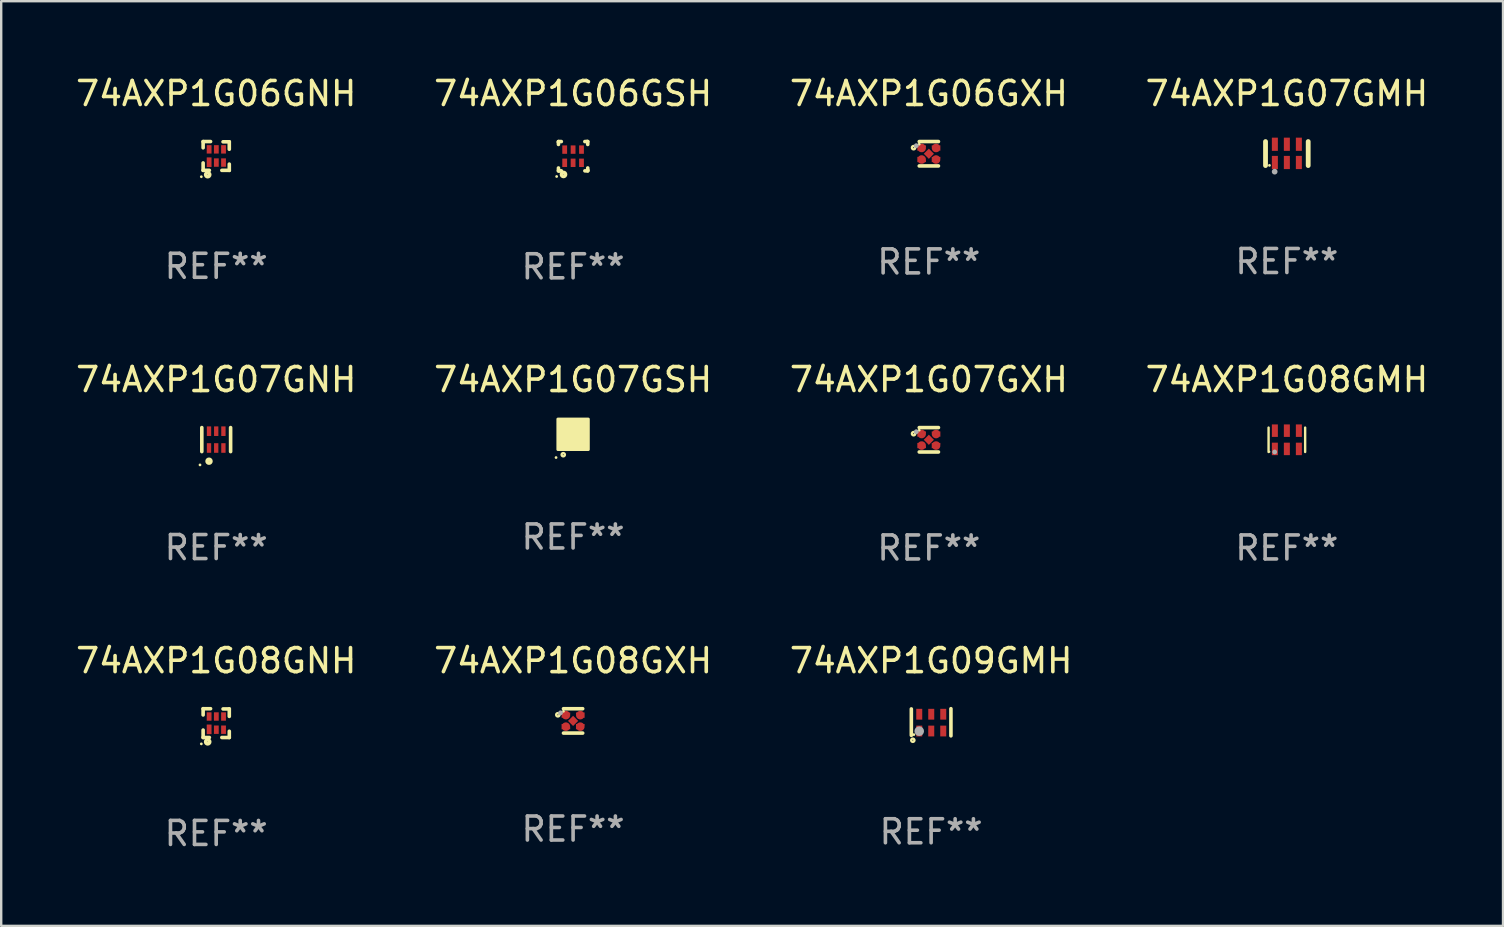
<source format=kicad_pcb>
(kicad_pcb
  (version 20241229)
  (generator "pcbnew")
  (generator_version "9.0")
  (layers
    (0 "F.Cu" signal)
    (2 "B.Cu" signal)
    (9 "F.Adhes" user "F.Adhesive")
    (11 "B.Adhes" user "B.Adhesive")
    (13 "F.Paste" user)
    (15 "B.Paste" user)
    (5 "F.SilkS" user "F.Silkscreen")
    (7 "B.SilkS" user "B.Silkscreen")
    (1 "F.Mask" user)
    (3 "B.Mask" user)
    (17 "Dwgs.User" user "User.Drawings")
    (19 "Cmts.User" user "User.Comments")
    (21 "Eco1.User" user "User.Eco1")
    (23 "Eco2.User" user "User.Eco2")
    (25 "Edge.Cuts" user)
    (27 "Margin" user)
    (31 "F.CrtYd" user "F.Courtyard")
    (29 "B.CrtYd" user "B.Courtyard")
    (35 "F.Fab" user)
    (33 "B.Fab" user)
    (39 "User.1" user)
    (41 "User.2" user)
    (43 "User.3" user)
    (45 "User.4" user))
  (footprint "74AXP1G06GNH"
    (layer "F.Cu")
    (at 5.958 3.448)
    (property "Reference" "74AXP1G06GNH" (at 0 -2.6 0) (layer "F.SilkS") (effects (font (size 1 1) (thickness 0.15))))
    (attr through_hole)
    (fp_line (start -0.545 -0.6) (end -0.235 -0.6) (stroke (width 0.15) (type solid)) (layer "F.SilkS"))
    (fp_line (start -0.545 -0.34) (end -0.545 -0.6) (stroke (width 0.15) (type solid)) (layer "F.SilkS"))
    (fp_line (start -0.545 0.6) (end -0.545 0.29) (stroke (width 0.15) (type solid)) (layer "F.SilkS"))
    (fp_line (start -0.285 0.6) (end -0.545 0.6) (stroke (width 0.15) (type solid)) (layer "F.SilkS"))
    (fp_line (start 0.285 -0.59) (end 0.545 -0.59) (stroke (width 0.15) (type solid)) (layer "F.SilkS"))
    (fp_line (start 0.545 -0.59) (end 0.545 -0.28) (stroke (width 0.15) (type solid)) (layer "F.SilkS"))
    (fp_line (start 0.545 0.34) (end 0.545 0.6) (stroke (width 0.15) (type solid)) (layer "F.SilkS"))
    (fp_line (start 0.545 0.6) (end 0.235 0.6) (stroke (width 0.15) (type solid)) (layer "F.SilkS"))
    (fp_circle (center -0.62 0.865) (end -0.59 0.865) (stroke (width 0.06) (type solid)) (fill no) (layer "F.SilkS"))
    (fp_circle (center -0.355 0.78) (end -0.345 0.78) (stroke (width 0.15) (type solid)) (fill no) (layer "F.SilkS"))
    (fp_text user "REF**" (at 0 4.6 0) (layer "F.Fab") (effects (font (size 1 1) (thickness 0.15))))
    (pad "1" smd rect (at -0.295 0.26) (size 0.2 0.4) (layers "F.Cu" "F.Mask" "F.Paste"))
    (pad "2" smd rect (at 0.005 0.275) (size 0.2 0.35) (layers "F.Cu" "F.Mask" "F.Paste"))
    (pad "3" smd rect (at 0.305 0.275) (size 0.2 0.35) (layers "F.Cu" "F.Mask" "F.Paste"))
    (pad "4" smd rect (at 0.305 -0.275) (size 0.2 0.35) (layers "F.Cu" "F.Mask" "F.Paste"))
    (pad "5" smd rect (at 0.005 -0.275) (size 0.2 0.35) (layers "F.Cu" "F.Mask" "F.Paste"))
    (pad "6" smd rect (at -0.295 -0.275) (size 0.2 0.35) (layers "F.Cu" "F.Mask" "F.Paste")))
  (footprint "74AXP1G07GMH"
    (layer "F.Cu")
    (at 50.565 3.348)
    (property "Reference" "74AXP1G07GMH" (at 0 -2.5 0) (layer "F.SilkS") (effects (font (size 1 1) (thickness 0.15))))
    (attr through_hole)
    (fp_line (start -0.889 0.5) (end -0.889 -0.5) (stroke (width 0.2) (type solid)) (layer "F.SilkS"))
    (fp_line (start 0.889 0.5) (end 0.889 -0.5) (stroke (width 0.2) (type solid)) (layer "F.SilkS"))
    (fp_circle (center -0.725 0.492) (end -0.695 0.492) (stroke (width 0.06) (type solid)) (fill no) (layer "F.SilkS"))
    (fp_circle (center -0.508 0.754) (end -0.448 0.754) (stroke (width 0.12) (type solid)) (fill no) (layer "F.Fab"))
    (fp_text user "REF**" (at 0 4.5 0) (layer "F.Fab") (effects (font (size 1 1) (thickness 0.15))))
    (pad "1" smd rect (at -0.5 0.372) (size 0.25 0.55) (layers "F.Cu" "F.Mask" "F.Paste"))
    (pad "2" smd rect (at -0.000127 0.372) (size 0.25 0.55) (layers "F.Cu" "F.Mask" "F.Paste"))
    (pad "3" smd rect (at 0.5 0.372) (size 0.25 0.55) (layers "F.Cu" "F.Mask" "F.Paste"))
    (pad "4" smd rect (at 0.5 -0.388 180) (size 0.25 0.55) (layers "F.Cu" "F.Mask" "F.Paste"))
    (pad "5" smd rect (at -0.000127 -0.388 180) (size 0.25 0.55) (layers "F.Cu" "F.Mask" "F.Paste"))
    (pad "6" smd rect (at -0.5 -0.388 180) (size 0.25 0.55) (layers "F.Cu" "F.Mask" "F.Paste")))
  (footprint "74AXP1G06GSH"
    (layer "F.Cu")
    (at 20.827 3.458)
    (property "Reference" "74AXP1G06GSH" (at 0 -2.61 0) (layer "F.SilkS") (effects (font (size 1 1) (thickness 0.15))))
    (attr through_hole)
    (fp_line (start -0.61 -0.61) (end -0.49 -0.61) (stroke (width 0.15) (type solid)) (layer "F.SilkS"))
    (fp_line (start -0.61 -0.58) (end -0.61 -0.61) (stroke (width 0.15) (type solid)) (layer "F.SilkS"))
    (fp_line (start -0.61 -0.49) (end -0.61 -0.58) (stroke (width 0.15) (type solid)) (layer "F.SilkS"))
    (fp_line (start -0.61 0.61) (end -0.61 0.491) (stroke (width 0.15) (type solid)) (layer "F.SilkS"))
    (fp_line (start -0.58 0.61) (end -0.61 0.61) (stroke (width 0.15) (type solid)) (layer "F.SilkS"))
    (fp_line (start -0.49 0.61) (end -0.58 0.61) (stroke (width 0.15) (type solid)) (layer "F.SilkS"))
    (fp_line (start 0.49 -0.61) (end 0.58 -0.61) (stroke (width 0.15) (type solid)) (layer "F.SilkS"))
    (fp_line (start 0.58 -0.61) (end 0.61 -0.61) (stroke (width 0.15) (type solid)) (layer "F.SilkS"))
    (fp_line (start 0.61 -0.61) (end 0.61 -0.49) (stroke (width 0.15) (type solid)) (layer "F.SilkS"))
    (fp_line (start 0.61 0.49) (end 0.61 0.58) (stroke (width 0.15) (type solid)) (layer "F.SilkS"))
    (fp_line (start 0.61 0.58) (end 0.61 0.61) (stroke (width 0.15) (type solid)) (layer "F.SilkS"))
    (fp_line (start 0.61 0.61) (end 0.491 0.61) (stroke (width 0.15) (type solid)) (layer "F.SilkS"))
    (fp_circle (center -0.685 0.845) (end -0.655 0.845) (stroke (width 0.06) (type solid)) (fill no) (layer "F.SilkS"))
    (fp_circle (center -0.4 0.76) (end -0.39 0.76) (stroke (width 0.15) (type solid)) (fill no) (layer "F.SilkS"))
    (fp_text user "REF**" (at 0 4.61 0) (layer "F.Fab") (effects (font (size 1 1) (thickness 0.15))))
    (pad "1" smd rect (at -0.35 0.275) (size 0.2 0.35) (layers "F.Cu" "F.Mask" "F.Paste"))
    (pad "2" smd rect (at -0.000038 0.275) (size 0.2 0.35) (layers "F.Cu" "F.Mask" "F.Paste"))
    (pad "3" smd rect (at 0.35 0.275) (size 0.2 0.35) (layers "F.Cu" "F.Mask" "F.Paste"))
    (pad "4" smd rect (at 0.35 -0.275) (size 0.2 0.35) (layers "F.Cu" "F.Mask" "F.Paste"))
    (pad "5" smd rect (at -0.000038 -0.275) (size 0.2 0.35) (layers "F.Cu" "F.Mask" "F.Paste"))
    (pad "6" smd rect (at -0.35 -0.275) (size 0.2 0.35) (layers "F.Cu" "F.Mask" "F.Paste")))
  (footprint "74AXP1G09GMH"
    (layer "F.Cu")
    (at 35.744 27.042)
    (property "Reference" "74AXP1G09GMH" (at 0 -2.565 0) (layer "F.SilkS") (effects (font (size 1 1) (thickness 0.15))))
    (attr through_hole)
    (fp_line (start -0.825 -0.555) (end -0.825 0.545) (stroke (width 0.15) (type solid)) (layer "F.SilkS"))
    (fp_line (start 0.825 -0.565) (end 0.825 0.565) (stroke (width 0.15) (type solid)) (layer "F.SilkS"))
    (fp_circle (center -0.763 0.749) (end -0.695 0.749) (stroke (width 0.1) (type solid)) (fill no) (layer "F.SilkS"))
    (fp_circle (center -0.72 0.515) (end -0.69 0.515) (stroke (width 0.06) (type solid)) (fill no) (layer "F.SilkS"))
    (fp_circle (center -0.496 0.371) (end -0.396 0.371) (stroke (width 0.2) (type solid)) (fill no) (layer "F.Fab"))
    (fp_text user "REF**" (at 0 4.565 0) (layer "F.Fab") (effects (font (size 1 1) (thickness 0.15))))
    (pad "1" smd rect (at -0.495 0.365) (size 0.25 0.45) (layers "F.Cu" "F.Mask" "F.Paste"))
    (pad "2" smd rect (at 0.005 0.365) (size 0.25 0.45) (layers "F.Cu" "F.Mask" "F.Paste"))
    (pad "3" smd rect (at 0.505 0.365) (size 0.25 0.45) (layers "F.Cu" "F.Mask" "F.Paste"))
    (pad "4" smd rect (at 0.505 -0.335) (size 0.25 0.45) (layers "F.Cu" "F.Mask" "F.Paste"))
    (pad "5" smd rect (at 0.005 -0.335) (size 0.25 0.45) (layers "F.Cu" "F.Mask" "F.Paste"))
    (pad "6" smd rect (at -0.495 -0.335) (size 0.25 0.45) (layers "F.Cu" "F.Mask" "F.Paste")))
  (footprint "74AXP1G07GSH"
    (layer "F.Cu")
    (at 20.827 15.045)
    (property "Reference" "74AXP1G07GSH" (at 0 -2.28 0) (layer "F.SilkS") (effects (font (size 1 1) (thickness 0.15))))
    (attr through_hole)
    (fp_circle (center -0.71 0.968) (end -0.68 0.968) (stroke (width 0.06) (type solid)) (fill no) (layer "F.SilkS"))
    (fp_circle (center -0.41 0.85) (end -0.342 0.85) (stroke (width 0.1) (type solid)) (fill no) (layer "F.SilkS"))
    (fp_poly (pts (xy -0.635 -0.635) (xy 0.635 -0.635) (xy 0.635 0.635) (xy -0.635 0.635)) (stroke (width 0.12) (type solid)) (fill yes) (layer "F.SilkS"))
    (fp_text user "REF**" (at 0 4.28 0) (layer "F.Fab") (effects (font (size 1 1) (thickness 0.15))))
    (pad "1" smd rect (at -0.35 0.28 90) (size 0.35 0.2) (layers "F.Cu" "F.Mask" "F.Paste"))
    (pad "2" smd rect (at 0 0.28 90) (size 0.35 0.2) (layers "F.Cu" "F.Mask" "F.Paste"))
    (pad "3" smd rect (at 0.35 0.28 90) (size 0.35 0.2) (layers "F.Cu" "F.Mask" "F.Paste"))
    (pad "4" smd rect (at 0.35 -0.28 90) (size 0.35 0.2) (layers "F.Cu" "F.Mask" "F.Paste"))
    (pad "5" smd rect (at 0 -0.28 90) (size 0.35 0.2) (layers "F.Cu" "F.Mask" "F.Paste"))
    (pad "6" smd rect (at -0.35 -0.28 90) (size 0.35 0.2) (layers "F.Cu" "F.Mask" "F.Paste")))
  (footprint "74AXP1G07GXH"
    (layer "F.Cu")
    (at 35.649 15.273)
    (property "Reference" "74AXP1G07GXH" (at 0 -2.508 0) (layer "F.SilkS") (effects (font (size 1 1) (thickness 0.15))))
    (attr through_hole)
    (fp_line (start 0.4 -0.508) (end -0.4 -0.508) (stroke (width 0.15) (type solid)) (layer "F.SilkS"))
    (fp_line (start 0.4 0.508) (end -0.4 0.508) (stroke (width 0.15) (type solid)) (layer "F.SilkS"))
    (fp_circle (center -0.635 -0.254) (end -0.615 -0.254) (stroke (width 0.1) (type solid)) (fill no) (layer "F.SilkS"))
    (fp_circle (center -0.401 -0.4) (end -0.371 -0.4) (stroke (width 0.06) (type solid)) (fill no) (layer "F.SilkS"))
    (fp_circle (center -0.523 -0.337) (end -0.473 -0.337) (stroke (width 0.1) (type solid)) (fill no) (layer "F.Fab"))
    (fp_text user "REF**" (at 0 4.508 0) (layer "F.Fab") (effects (font (size 1 1) (thickness 0.15))))
    (pad "1" smd custom (at -0.3 -0.24) (size 0.36 0.22) (layers "F.Cu" "F.Mask" "F.Paste") (options (anchor circle)) (primitives (gr_poly (pts (xy -0.18 -0.11) (xy -0.18 0.11) (xy 0.000127 0.11) (xy 0.18 -0.03) (xy 0.18 -0.11) (xy -0.18 -0.11)) (width 0) (fill yes))))
    (pad "2" smd custom (at -0.3 0.24) (size 0.36 0.22) (layers "F.Cu" "F.Mask" "F.Paste") (options (anchor circle)) (primitives (gr_poly (pts (xy -0.18 0.11) (xy -0.18 -0.11) (xy 0.000127 -0.11) (xy 0.18 0.03) (xy 0.18 0.11) (xy -0.18 0.11)) (width 0) (fill yes))))
    (pad "3" smd rect (at 0.000102 -0.000127 45) (size 0.3 0.3) (layers "F.Cu" "F.Mask" "F.Paste"))
    (pad "4" smd custom (at 0.3 0.24 180) (size 0.36 0.22) (layers "F.Cu" "F.Mask" "F.Paste") (options (anchor circle)) (primitives (gr_poly (pts (xy 0.18 0.11) (xy 0.18 -0.11) (xy -0.000178 -0.11) (xy -0.18 0.03) (xy -0.18 0.11) (xy 0.18 0.11)) (width 0) (fill yes))))
    (pad "5" smd custom (at 0.3 -0.24) (size 0.36 0.22) (layers "F.Cu" "F.Mask" "F.Paste") (options (anchor circle)) (primitives (gr_poly (pts (xy 0.18 -0.11) (xy 0.18 0.11) (xy -0.000152 0.11) (xy -0.18 -0.03) (xy -0.18 -0.11) (xy 0.18 -0.11)) (width 0) (fill yes)))))
  (footprint "74AXP1G08GXH"
    (layer "F.Cu")
    (at 20.827 26.985)
    (property "Reference" "74AXP1G08GXH" (at 0 -2.508 0) (layer "F.SilkS") (effects (font (size 1 1) (thickness 0.15))))
    (attr through_hole)
    (fp_line (start 0.4 -0.508) (end -0.4 -0.508) (stroke (width 0.15) (type solid)) (layer "F.SilkS"))
    (fp_line (start 0.4 0.508) (end -0.4 0.508) (stroke (width 0.15) (type solid)) (layer "F.SilkS"))
    (fp_circle (center -0.635 -0.254) (end -0.615 -0.254) (stroke (width 0.1) (type solid)) (fill no) (layer "F.SilkS"))
    (fp_circle (center -0.401 -0.4) (end -0.371 -0.4) (stroke (width 0.06) (type solid)) (fill no) (layer "F.SilkS"))
    (fp_circle (center -0.523 -0.337) (end -0.473 -0.337) (stroke (width 0.1) (type solid)) (fill no) (layer "F.Fab"))
    (fp_text user "REF**" (at 0 4.508 0) (layer "F.Fab") (effects (font (size 1 1) (thickness 0.15))))
    (pad "1" smd custom (at -0.3 -0.24) (size 0.36 0.22) (layers "F.Cu" "F.Mask" "F.Paste") (options (anchor circle)) (primitives (gr_poly (pts (xy -0.18 -0.11) (xy -0.18 0.11) (xy 0.000127 0.11) (xy 0.18 -0.03) (xy 0.18 -0.11) (xy -0.18 -0.11)) (width 0) (fill yes))))
    (pad "2" smd custom (at -0.3 0.24) (size 0.36 0.22) (layers "F.Cu" "F.Mask" "F.Paste") (options (anchor circle)) (primitives (gr_poly (pts (xy -0.18 0.11) (xy -0.18 -0.11) (xy 0.000127 -0.11) (xy 0.18 0.03) (xy 0.18 0.11) (xy -0.18 0.11)) (width 0) (fill yes))))
    (pad "3" smd rect (at 0.000102 -0.000127 45) (size 0.3 0.3) (layers "F.Cu" "F.Mask" "F.Paste"))
    (pad "4" smd custom (at 0.3 0.24 180) (size 0.36 0.22) (layers "F.Cu" "F.Mask" "F.Paste") (options (anchor circle)) (primitives (gr_poly (pts (xy 0.18 0.11) (xy 0.18 -0.11) (xy -0.000178 -0.11) (xy -0.18 0.03) (xy -0.18 0.11) (xy 0.18 0.11)) (width 0) (fill yes))))
    (pad "5" smd custom (at 0.3 -0.24) (size 0.36 0.22) (layers "F.Cu" "F.Mask" "F.Paste") (options (anchor circle)) (primitives (gr_poly (pts (xy 0.18 -0.11) (xy 0.18 0.11) (xy -0.000152 0.11) (xy -0.18 -0.03) (xy -0.18 -0.11) (xy 0.18 -0.11)) (width 0) (fill yes)))))
  (footprint "74AXP1G08GNH"
    (layer "F.Cu")
    (at 5.958 27.077)
    (property "Reference" "74AXP1G08GNH" (at 0 -2.6 0) (layer "F.SilkS") (effects (font (size 1 1) (thickness 0.15))))
    (attr through_hole)
    (fp_line (start -0.545 -0.6) (end -0.235 -0.6) (stroke (width 0.15) (type solid)) (layer "F.SilkS"))
    (fp_line (start -0.545 -0.34) (end -0.545 -0.6) (stroke (width 0.15) (type solid)) (layer "F.SilkS"))
    (fp_line (start -0.545 0.6) (end -0.545 0.29) (stroke (width 0.15) (type solid)) (layer "F.SilkS"))
    (fp_line (start -0.285 0.6) (end -0.545 0.6) (stroke (width 0.15) (type solid)) (layer "F.SilkS"))
    (fp_line (start 0.285 -0.59) (end 0.545 -0.59) (stroke (width 0.15) (type solid)) (layer "F.SilkS"))
    (fp_line (start 0.545 -0.59) (end 0.545 -0.28) (stroke (width 0.15) (type solid)) (layer "F.SilkS"))
    (fp_line (start 0.545 0.34) (end 0.545 0.6) (stroke (width 0.15) (type solid)) (layer "F.SilkS"))
    (fp_line (start 0.545 0.6) (end 0.235 0.6) (stroke (width 0.15) (type solid)) (layer "F.SilkS"))
    (fp_circle (center -0.62 0.865) (end -0.59 0.865) (stroke (width 0.06) (type solid)) (fill no) (layer "F.SilkS"))
    (fp_circle (center -0.355 0.78) (end -0.345 0.78) (stroke (width 0.15) (type solid)) (fill no) (layer "F.SilkS"))
    (fp_text user "REF**" (at 0 4.6 0) (layer "F.Fab") (effects (font (size 1 1) (thickness 0.15))))
    (pad "1" smd rect (at -0.295 0.26) (size 0.2 0.4) (layers "F.Cu" "F.Mask" "F.Paste"))
    (pad "2" smd rect (at 0.005 0.275) (size 0.2 0.35) (layers "F.Cu" "F.Mask" "F.Paste"))
    (pad "3" smd rect (at 0.305 0.275) (size 0.2 0.35) (layers "F.Cu" "F.Mask" "F.Paste"))
    (pad "4" smd rect (at 0.305 -0.275) (size 0.2 0.35) (layers "F.Cu" "F.Mask" "F.Paste"))
    (pad "5" smd rect (at 0.005 -0.275) (size 0.2 0.35) (layers "F.Cu" "F.Mask" "F.Paste"))
    (pad "6" smd rect (at -0.295 -0.275) (size 0.2 0.35) (layers "F.Cu" "F.Mask" "F.Paste")))
  (footprint "74AXP1G08GMH"
    (layer "F.Cu")
    (at 50.565 15.273)
    (property "Reference" "74AXP1G08GMH" (at 0 -2.508 0) (layer "F.SilkS") (effects (font (size 1 1) (thickness 0.15))))
    (attr through_hole)
    (fp_line (start -0.762 -0.508) (end -0.762 0.508) (stroke (width 0.1) (type solid)) (layer "F.SilkS"))
    (fp_line (start 0.762 -0.508) (end 0.762 0.508) (stroke (width 0.1) (type solid)) (layer "F.SilkS"))
    (fp_circle (center -0.725 0.5) (end -0.705 0.5) (stroke (width 0.04) (type solid)) (fill no) (layer "F.SilkS"))
    (fp_circle (center -0.508 0.508) (end -0.458 0.508) (stroke (width 0.1) (type solid)) (fill no) (layer "F.Fab"))
    (fp_text user "REF**" (at 0 4.508 0) (layer "F.Fab") (effects (font (size 1 1) (thickness 0.15))))
    (pad "1" smd rect (at -0.5 0.38) (size 0.25 0.52) (layers "F.Cu" "F.Mask" "F.Paste"))
    (pad "2" smd rect (at -0.000127 0.38) (size 0.25 0.52) (layers "F.Cu" "F.Mask" "F.Paste"))
    (pad "3" smd rect (at 0.5 0.38) (size 0.25 0.52) (layers "F.Cu" "F.Mask" "F.Paste"))
    (pad "4" smd rect (at 0.5 -0.38 180) (size 0.25 0.52) (layers "F.Cu" "F.Mask" "F.Paste"))
    (pad "5" smd rect (at -0.000127 -0.38 180) (size 0.25 0.52) (layers "F.Cu" "F.Mask" "F.Paste"))
    (pad "6" smd rect (at -0.5 -0.38 180) (size 0.25 0.52) (layers "F.Cu" "F.Mask" "F.Paste")))
  (footprint "74AXP1G07GNH"
    (layer "F.Cu")
    (at 5.958 15.265)
    (property "Reference" "74AXP1G07GNH" (at 0 -2.5 0) (layer "F.SilkS") (effects (font (size 1 1) (thickness 0.15))))
    (attr through_hole)
    (fp_line (start -0.6 -0.5) (end -0.6 0.5) (stroke (width 0.15) (type solid)) (layer "F.SilkS"))
    (fp_line (start 0.6 0.5) (end 0.6 -0.5) (stroke (width 0.15) (type solid)) (layer "F.SilkS"))
    (fp_circle (center -0.675 1.055) (end -0.645 1.055) (stroke (width 0.06) (type solid)) (fill no) (layer "F.SilkS"))
    (fp_circle (center -0.3 0.9) (end -0.22 0.9) (stroke (width 0.15) (type solid)) (fill no) (layer "F.SilkS"))
    (fp_text user "REF**" (at 0 4.5 0) (layer "F.Fab") (effects (font (size 1 1) (thickness 0.15))))
    (pad "1" smd rect (at -0.3 0.35) (size 0.18 0.4) (layers "F.Cu" "F.Mask" "F.Paste"))
    (pad "2" smd rect (at 0.000025 0.35) (size 0.18 0.4) (layers "F.Cu" "F.Mask" "F.Paste"))
    (pad "3" smd rect (at 0.3 0.35) (size 0.18 0.4) (layers "F.Cu" "F.Mask" "F.Paste"))
    (pad "4" smd rect (at 0.3 -0.35) (size 0.18 0.4) (layers "F.Cu" "F.Mask" "F.Paste"))
    (pad "5" smd rect (at 0.000025 -0.35) (size 0.18 0.4) (layers "F.Cu" "F.Mask" "F.Paste"))
    (pad "6" smd rect (at -0.3 -0.35) (size 0.18 0.4) (layers "F.Cu" "F.Mask" "F.Paste")))
  (footprint "74AXP1G06GXH"
    (layer "F.Cu")
    (at 35.649 3.356)
    (property "Reference" "74AXP1G06GXH" (at 0 -2.508 0) (layer "F.SilkS") (effects (font (size 1 1) (thickness 0.15))))
    (attr through_hole)
    (fp_line (start 0.4 -0.508) (end -0.4 -0.508) (stroke (width 0.15) (type solid)) (layer "F.SilkS"))
    (fp_line (start 0.4 0.508) (end -0.4 0.508) (stroke (width 0.15) (type solid)) (layer "F.SilkS"))
    (fp_circle (center -0.635 -0.254) (end -0.615 -0.254) (stroke (width 0.1) (type solid)) (fill no) (layer "F.SilkS"))
    (fp_circle (center -0.401 -0.4) (end -0.371 -0.4) (stroke (width 0.06) (type solid)) (fill no) (layer "F.SilkS"))
    (fp_circle (center -0.523 -0.337) (end -0.473 -0.337) (stroke (width 0.1) (type solid)) (fill no) (layer "F.Fab"))
    (fp_text user "REF**" (at 0 4.508 0) (layer "F.Fab") (effects (font (size 1 1) (thickness 0.15))))
    (pad "1" smd custom (at -0.3 -0.24) (size 0.36 0.22) (layers "F.Cu" "F.Mask" "F.Paste") (options (anchor circle)) (primitives (gr_poly (pts (xy -0.18 -0.11) (xy -0.18 0.11) (xy 0.000127 0.11) (xy 0.18 -0.03) (xy 0.18 -0.11) (xy -0.18 -0.11)) (width 0) (fill yes))))
    (pad "2" smd custom (at -0.3 0.24) (size 0.36 0.22) (layers "F.Cu" "F.Mask" "F.Paste") (options (anchor circle)) (primitives (gr_poly (pts (xy -0.18 0.11) (xy -0.18 -0.11) (xy 0.000127 -0.11) (xy 0.18 0.03) (xy 0.18 0.11) (xy -0.18 0.11)) (width 0) (fill yes))))
    (pad "3" smd rect (at 0.000102 -0.000127 45) (size 0.3 0.3) (layers "F.Cu" "F.Mask" "F.Paste"))
    (pad "4" smd custom (at 0.3 0.24 180) (size 0.36 0.22) (layers "F.Cu" "F.Mask" "F.Paste") (options (anchor circle)) (primitives (gr_poly (pts (xy 0.18 0.11) (xy 0.18 -0.11) (xy -0.000178 -0.11) (xy -0.18 0.03) (xy -0.18 0.11) (xy 0.18 0.11)) (width 0) (fill yes))))
    (pad "5" smd custom (at 0.3 -0.24) (size 0.36 0.22) (layers "F.Cu" "F.Mask" "F.Paste") (options (anchor circle)) (primitives (gr_poly (pts (xy 0.18 -0.11) (xy 0.18 0.11) (xy -0.000152 0.11) (xy -0.18 -0.03) (xy -0.18 -0.11) (xy 0.18 -0.11)) (width 0) (fill yes)))))
  (gr_rect
    (start -3 -3)
    (end 59.571 35.526)
    (stroke (width 0.1) (type default))
    (fill no)
    (layer "Edge.Cuts")))
</source>
